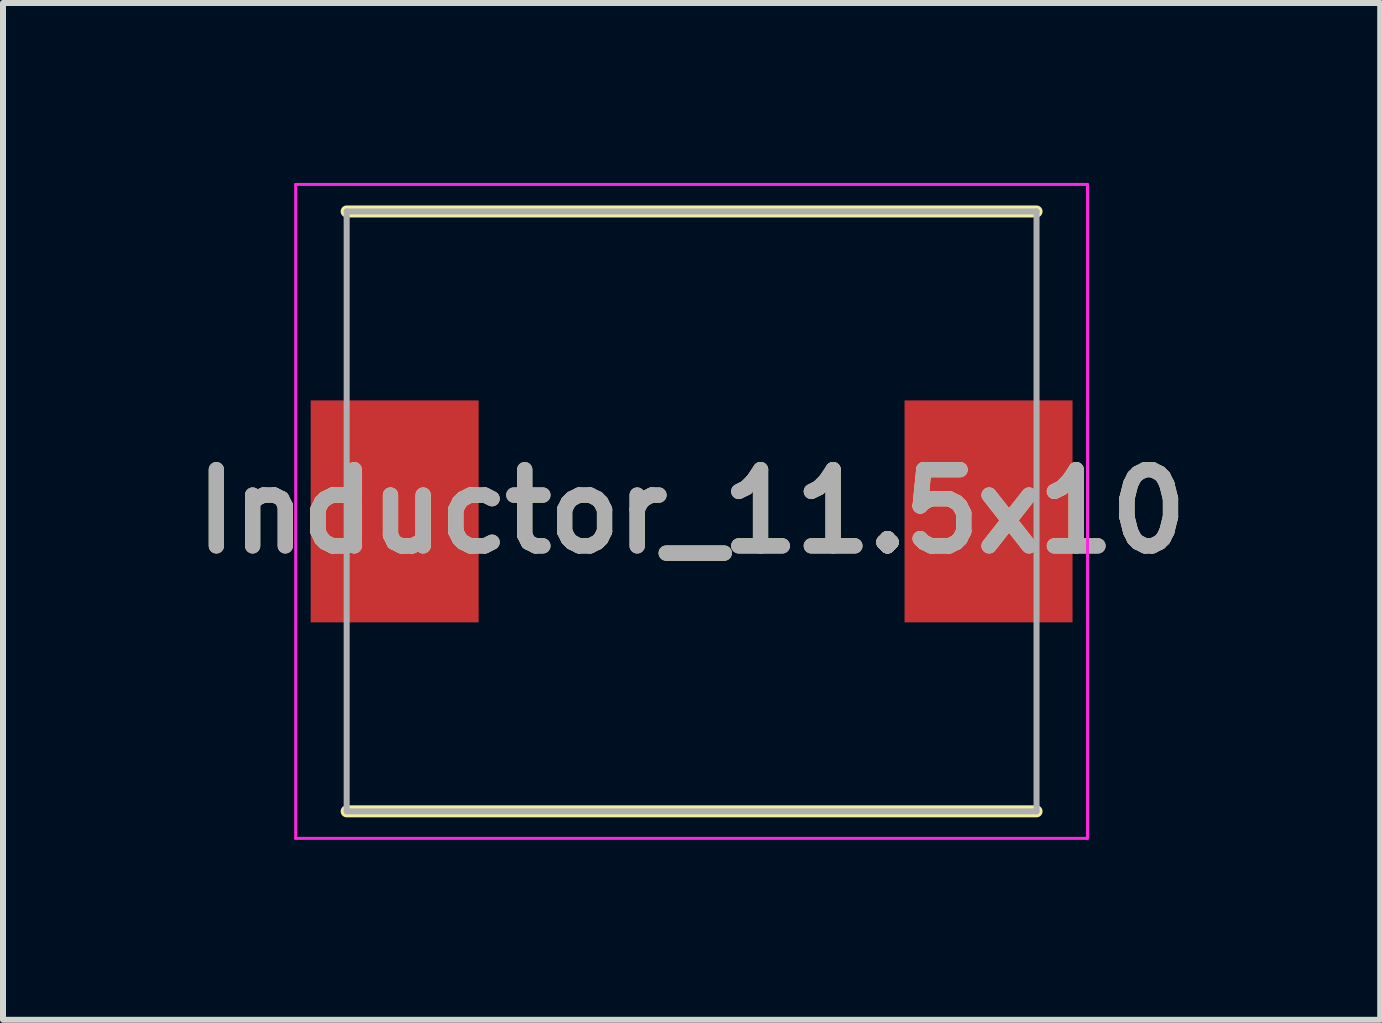
<source format=kicad_pcb>
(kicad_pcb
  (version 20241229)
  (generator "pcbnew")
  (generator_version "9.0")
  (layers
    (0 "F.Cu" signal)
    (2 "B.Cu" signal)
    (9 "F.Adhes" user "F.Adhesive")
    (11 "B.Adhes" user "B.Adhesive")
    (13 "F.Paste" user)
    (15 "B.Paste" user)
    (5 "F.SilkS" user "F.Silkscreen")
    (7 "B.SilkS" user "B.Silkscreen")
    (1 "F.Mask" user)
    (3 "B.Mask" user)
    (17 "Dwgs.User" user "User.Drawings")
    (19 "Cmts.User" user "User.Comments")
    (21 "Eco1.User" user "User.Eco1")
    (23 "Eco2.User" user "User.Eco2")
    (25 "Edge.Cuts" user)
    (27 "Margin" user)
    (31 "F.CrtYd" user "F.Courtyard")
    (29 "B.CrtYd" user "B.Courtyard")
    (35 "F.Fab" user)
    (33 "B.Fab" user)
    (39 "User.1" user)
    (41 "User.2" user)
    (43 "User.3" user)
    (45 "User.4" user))
  (footprint "Inductor_11.5x10"
    (layer "F.Cu")
    (at 8.479 5.475)
    (property "Reference" "Inductor_11.5x10" (at 0 0 0) (layer "F.SilkS") (effects (font (size 1.27 1.27) (thickness 0.254))))
    (attr smd)
    (fp_line (start -5.75 5) (end 5.75 5) (stroke (width 0.2) (type solid)) (layer "F.SilkS"))
    (fp_line (start 5.75 -5) (end -5.75 -5) (stroke (width 0.2) (type solid)) (layer "F.SilkS"))
    (fp_line (start -6.6 -5.45) (end 6.6 -5.45) (stroke (width 0.05) (type solid)) (layer "F.CrtYd"))
    (fp_line (start -6.6 5.45) (end -6.6 -5.45) (stroke (width 0.05) (type solid)) (layer "F.CrtYd"))
    (fp_line (start 6.6 -5.45) (end 6.6 5.45) (stroke (width 0.05) (type solid)) (layer "F.CrtYd"))
    (fp_line (start 6.6 5.45) (end -6.6 5.45) (stroke (width 0.05) (type solid)) (layer "F.CrtYd"))
    (fp_line (start -5.75 -5) (end 5.75 -5) (stroke (width 0.1) (type solid)) (layer "F.Fab"))
    (fp_line (start -5.75 5) (end -5.75 -5) (stroke (width 0.1) (type solid)) (layer "F.Fab"))
    (fp_line (start 5.75 -5) (end 5.75 5) (stroke (width 0.1) (type solid)) (layer "F.Fab"))
    (fp_line (start 5.75 5) (end -5.75 5) (stroke (width 0.1) (type solid)) (layer "F.Fab"))
    (fp_text user "${REFERENCE}" (at 0 0 0) (layer "F.Fab") (effects (font (size 1.27 1.27) (thickness 0.254))))
    (pad "1" smd rect (at -4.95 0) (size 2.8 3.7) (layers "F.Cu" "F.Mask" "F.Paste"))
    (pad "2" smd rect (at 4.95 0) (size 2.8 3.7) (layers "F.Cu" "F.Mask" "F.Paste")))
  (gr_rect
    (start -3 -3)
    (end 19.958 13.95)
    (stroke (width 0.1) (type default))
    (fill no)
    (layer "Edge.Cuts")))
</source>
